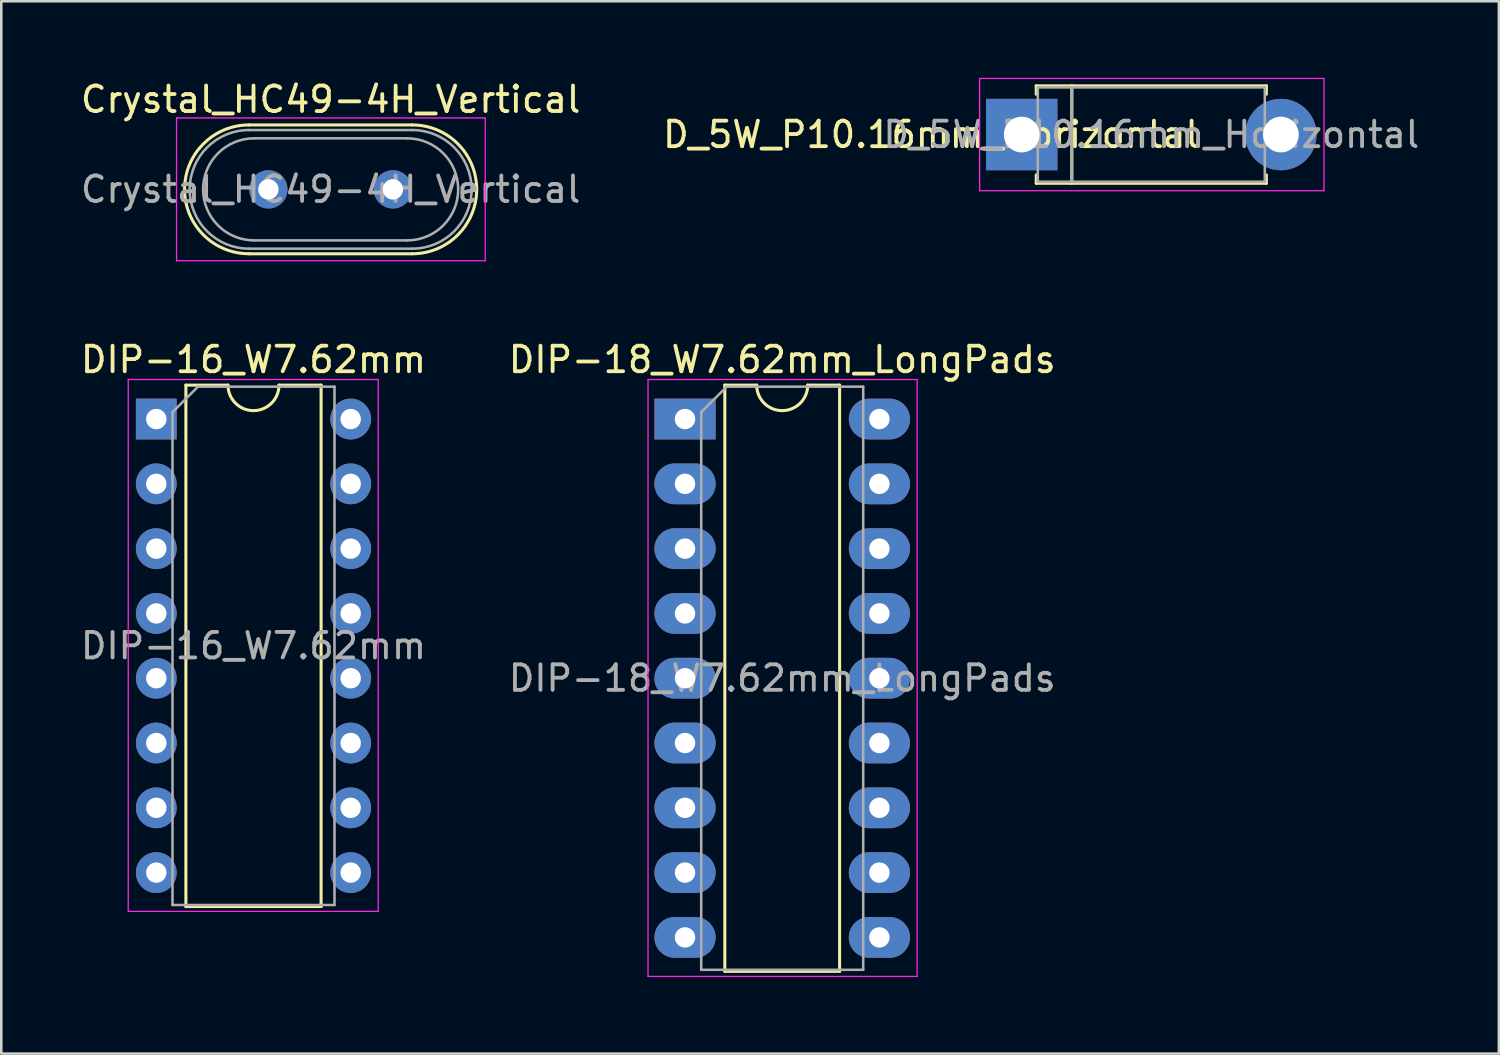
<source format=kicad_pcb>
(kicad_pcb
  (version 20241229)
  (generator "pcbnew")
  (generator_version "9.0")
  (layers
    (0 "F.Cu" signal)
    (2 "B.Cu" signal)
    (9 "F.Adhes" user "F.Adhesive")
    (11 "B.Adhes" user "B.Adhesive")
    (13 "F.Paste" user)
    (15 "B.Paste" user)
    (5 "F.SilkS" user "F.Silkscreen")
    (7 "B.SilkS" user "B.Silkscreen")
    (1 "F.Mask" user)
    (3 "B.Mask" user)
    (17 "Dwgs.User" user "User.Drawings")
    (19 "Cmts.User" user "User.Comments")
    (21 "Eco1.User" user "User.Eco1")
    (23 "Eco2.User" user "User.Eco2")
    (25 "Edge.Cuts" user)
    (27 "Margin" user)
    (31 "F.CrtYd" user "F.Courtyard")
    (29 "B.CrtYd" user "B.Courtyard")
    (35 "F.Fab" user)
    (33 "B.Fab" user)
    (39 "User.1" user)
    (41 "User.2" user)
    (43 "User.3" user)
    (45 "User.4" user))
  (footprint "D_5W_P10.16mm_Horizontal"
    (layer "F.Cu")
    (at 37.002 2.225)
    (property "Reference" "D_5W_P10.16mm_Horizontal" (at -3.556 0 0) (layer "F.SilkS") (effects (font (size 1 1) (thickness 0.15))))
    (attr through_hole)
    (fp_line (start 0.57 -1.91) (end 9.59 -1.91) (stroke (width 0.12) (type solid)) (layer "F.SilkS"))
    (fp_line (start 0.57 -1.58) (end 0.57 -1.91) (stroke (width 0.12) (type solid)) (layer "F.SilkS"))
    (fp_line (start 0.57 1.58) (end 0.57 1.91) (stroke (width 0.12) (type solid)) (layer "F.SilkS"))
    (fp_line (start 0.57 1.91) (end 9.59 1.91) (stroke (width 0.12) (type solid)) (layer "F.SilkS"))
    (fp_line (start 1.965 -1.91) (end 1.965 1.91) (stroke (width 0.12) (type solid)) (layer "F.SilkS"))
    (fp_line (start 9.59 -1.91) (end 9.59 -1.58) (stroke (width 0.12) (type solid)) (layer "F.SilkS"))
    (fp_line (start 9.59 1.91) (end 9.59 1.58) (stroke (width 0.12) (type solid)) (layer "F.SilkS"))
    (fp_line (start -1.65 -2.2) (end -1.65 2.2) (stroke (width 0.05) (type solid)) (layer "F.CrtYd"))
    (fp_line (start -1.65 2.2) (end 11.85 2.2) (stroke (width 0.05) (type solid)) (layer "F.CrtYd"))
    (fp_line (start 11.85 -2.2) (end -1.65 -2.2) (stroke (width 0.05) (type solid)) (layer "F.CrtYd"))
    (fp_line (start 11.85 2.2) (end 11.85 -2.2) (stroke (width 0.05) (type solid)) (layer "F.CrtYd"))
    (fp_line (start 0 0) (end 0.63 0) (stroke (width 0.1) (type solid)) (layer "F.Fab"))
    (fp_line (start 0.63 -1.85) (end 0.63 1.85) (stroke (width 0.1) (type solid)) (layer "F.Fab"))
    (fp_line (start 0.63 1.85) (end 9.53 1.85) (stroke (width 0.1) (type solid)) (layer "F.Fab"))
    (fp_line (start 1.965 -1.85) (end 1.965 1.85) (stroke (width 0.1) (type solid)) (layer "F.Fab"))
    (fp_line (start 9.53 -1.85) (end 0.63 -1.85) (stroke (width 0.1) (type solid)) (layer "F.Fab"))
    (fp_line (start 9.53 1.85) (end 9.53 -1.85) (stroke (width 0.1) (type solid)) (layer "F.Fab"))
    (fp_line (start 10.16 0) (end 9.53 0) (stroke (width 0.1) (type solid)) (layer "F.Fab"))
    (fp_text user "${REFERENCE}" (at 5.08 0 0) (layer "F.Fab") (effects (font (size 1 1) (thickness 0.15))))
    (pad "1" thru_hole rect (at 0 0) (size 2.8 2.8) (drill 1.4) (layers "*.Cu" "*.Mask"))
    (pad "2" thru_hole oval (at 10.16 0) (size 2.8 2.8) (drill 1.4) (layers "*.Cu" "*.Mask")))
  (footprint "DIP-18_W7.62mm_LongPads"
    (layer "F.Cu")
    (at 23.803 13.377)
    (property "Reference" "DIP-18_W7.62mm_LongPads" (at 3.81 -2.33 0) (layer "F.SilkS") (effects (font (size 1 1) (thickness 0.15))))
    (attr through_hole)
    (fp_line (start 1.56 -1.33) (end 1.56 21.65) (stroke (width 0.12) (type solid)) (layer "F.SilkS"))
    (fp_line (start 1.56 21.65) (end 6.06 21.65) (stroke (width 0.12) (type solid)) (layer "F.SilkS"))
    (fp_line (start 2.81 -1.33) (end 1.56 -1.33) (stroke (width 0.12) (type solid)) (layer "F.SilkS"))
    (fp_line (start 6.06 -1.33) (end 4.81 -1.33) (stroke (width 0.12) (type solid)) (layer "F.SilkS"))
    (fp_line (start 6.06 21.65) (end 6.06 -1.33) (stroke (width 0.12) (type solid)) (layer "F.SilkS"))
    (fp_arc (start 4.81 -1.33) (mid 3.81 -0.33) (end 2.81 -1.33) (stroke (width 0.12) (type solid)) (layer "F.SilkS"))
    (fp_line (start -1.45 -1.55) (end -1.45 21.85) (stroke (width 0.05) (type solid)) (layer "F.CrtYd"))
    (fp_line (start -1.45 21.85) (end 9.1 21.85) (stroke (width 0.05) (type solid)) (layer "F.CrtYd"))
    (fp_line (start 9.1 -1.55) (end -1.45 -1.55) (stroke (width 0.05) (type solid)) (layer "F.CrtYd"))
    (fp_line (start 9.1 21.85) (end 9.1 -1.55) (stroke (width 0.05) (type solid)) (layer "F.CrtYd"))
    (fp_line (start 0.635 -0.27) (end 1.635 -1.27) (stroke (width 0.1) (type solid)) (layer "F.Fab"))
    (fp_line (start 0.635 21.59) (end 0.635 -0.27) (stroke (width 0.1) (type solid)) (layer "F.Fab"))
    (fp_line (start 1.635 -1.27) (end 6.985 -1.27) (stroke (width 0.1) (type solid)) (layer "F.Fab"))
    (fp_line (start 6.985 -1.27) (end 6.985 21.59) (stroke (width 0.1) (type solid)) (layer "F.Fab"))
    (fp_line (start 6.985 21.59) (end 0.635 21.59) (stroke (width 0.1) (type solid)) (layer "F.Fab"))
    (fp_text user "${REFERENCE}" (at 3.81 10.16 0) (layer "F.Fab") (effects (font (size 1 1) (thickness 0.15))))
    (pad "1" thru_hole rect (at 0 0) (size 2.4 1.6) (drill 0.8) (layers "*.Cu" "*.Mask"))
    (pad "2" thru_hole oval (at 0 2.54) (size 2.4 1.6) (drill 0.8) (layers "*.Cu" "*.Mask"))
    (pad "3" thru_hole oval (at 0 5.08) (size 2.4 1.6) (drill 0.8) (layers "*.Cu" "*.Mask"))
    (pad "4" thru_hole oval (at 0 7.62) (size 2.4 1.6) (drill 0.8) (layers "*.Cu" "*.Mask"))
    (pad "5" thru_hole oval (at 0 10.16) (size 2.4 1.6) (drill 0.8) (layers "*.Cu" "*.Mask"))
    (pad "6" thru_hole oval (at 0 12.7) (size 2.4 1.6) (drill 0.8) (layers "*.Cu" "*.Mask"))
    (pad "7" thru_hole oval (at 0 15.24) (size 2.4 1.6) (drill 0.8) (layers "*.Cu" "*.Mask"))
    (pad "8" thru_hole oval (at 0 17.78) (size 2.4 1.6) (drill 0.8) (layers "*.Cu" "*.Mask"))
    (pad "9" thru_hole oval (at 0 20.32) (size 2.4 1.6) (drill 0.8) (layers "*.Cu" "*.Mask"))
    (pad "10" thru_hole oval (at 7.62 20.32) (size 2.4 1.6) (drill 0.8) (layers "*.Cu" "*.Mask"))
    (pad "11" thru_hole oval (at 7.62 17.78) (size 2.4 1.6) (drill 0.8) (layers "*.Cu" "*.Mask"))
    (pad "12" thru_hole oval (at 7.62 15.24) (size 2.4 1.6) (drill 0.8) (layers "*.Cu" "*.Mask"))
    (pad "13" thru_hole oval (at 7.62 12.7) (size 2.4 1.6) (drill 0.8) (layers "*.Cu" "*.Mask"))
    (pad "14" thru_hole oval (at 7.62 10.16) (size 2.4 1.6) (drill 0.8) (layers "*.Cu" "*.Mask"))
    (pad "15" thru_hole oval (at 7.62 7.62) (size 2.4 1.6) (drill 0.8) (layers "*.Cu" "*.Mask"))
    (pad "16" thru_hole oval (at 7.62 5.08) (size 2.4 1.6) (drill 0.8) (layers "*.Cu" "*.Mask"))
    (pad "17" thru_hole oval (at 7.62 2.54) (size 2.4 1.6) (drill 0.8) (layers "*.Cu" "*.Mask"))
    (pad "18" thru_hole oval (at 7.62 0) (size 2.4 1.6) (drill 0.8) (layers "*.Cu" "*.Mask")))
  (footprint "Crystal_HC49-4H_Vertical"
    (layer "F.Cu")
    (at 7.471 4.373)
    (property "Reference" "Crystal_HC49-4H_Vertical" (at 2.44 -3.525 0) (layer "F.SilkS") (effects (font (size 1 1) (thickness 0.15))))
    (attr through_hole)
    (fp_line (start -0.76 -2.525) (end 5.64 -2.525) (stroke (width 0.12) (type solid)) (layer "F.SilkS"))
    (fp_line (start -0.76 2.525) (end 5.64 2.525) (stroke (width 0.12) (type solid)) (layer "F.SilkS"))
    (fp_arc (start -0.76 2.525) (mid -3.285 0) (end -0.76 -2.525) (stroke (width 0.12) (type solid)) (layer "F.SilkS"))
    (fp_arc (start 5.64 -2.525) (mid 8.165 0) (end 5.64 2.525) (stroke (width 0.12) (type solid)) (layer "F.SilkS"))
    (fp_line (start -3.6 -2.8) (end -3.6 2.8) (stroke (width 0.05) (type solid)) (layer "F.CrtYd"))
    (fp_line (start -3.6 2.8) (end 8.5 2.8) (stroke (width 0.05) (type solid)) (layer "F.CrtYd"))
    (fp_line (start 8.5 -2.8) (end -3.6 -2.8) (stroke (width 0.05) (type solid)) (layer "F.CrtYd"))
    (fp_line (start 8.5 2.8) (end 8.5 -2.8) (stroke (width 0.05) (type solid)) (layer "F.CrtYd"))
    (fp_line (start -0.76 -2.325) (end 5.64 -2.325) (stroke (width 0.1) (type solid)) (layer "F.Fab"))
    (fp_line (start -0.76 2.325) (end 5.64 2.325) (stroke (width 0.1) (type solid)) (layer "F.Fab"))
    (fp_line (start -0.56 -2) (end 5.44 -2) (stroke (width 0.1) (type solid)) (layer "F.Fab"))
    (fp_line (start -0.56 2) (end 5.44 2) (stroke (width 0.1) (type solid)) (layer "F.Fab"))
    (fp_arc (start -0.76 2.325) (mid -3.085 0) (end -0.76 -2.325) (stroke (width 0.1) (type solid)) (layer "F.Fab"))
    (fp_arc (start -0.56 2) (mid -2.56 0) (end -0.56 -2) (stroke (width 0.1) (type solid)) (layer "F.Fab"))
    (fp_arc (start 5.44 -2) (mid 7.44 0) (end 5.44 2) (stroke (width 0.1) (type solid)) (layer "F.Fab"))
    (fp_arc (start 5.64 -2.325) (mid 7.965 0) (end 5.64 2.325) (stroke (width 0.1) (type solid)) (layer "F.Fab"))
    (fp_text user "${REFERENCE}" (at 2.44 0 0) (layer "F.Fab") (effects (font (size 1 1) (thickness 0.15))))
    (pad "1" thru_hole circle (at 0 0) (size 1.5 1.5) (drill 0.8) (layers "*.Cu" "*.Mask"))
    (pad "2" thru_hole circle (at 4.88 0) (size 1.5 1.5) (drill 0.8) (layers "*.Cu" "*.Mask")))
  (footprint "DIP-16_W7.62mm"
    (layer "F.Cu")
    (at 3.077 13.377)
    (property "Reference" "DIP-16_W7.62mm" (at 3.81 -2.33 0) (layer "F.SilkS") (effects (font (size 1 1) (thickness 0.15))))
    (attr through_hole)
    (fp_line (start 1.16 -1.33) (end 1.16 19.11) (stroke (width 0.12) (type solid)) (layer "F.SilkS"))
    (fp_line (start 1.16 19.11) (end 6.46 19.11) (stroke (width 0.12) (type solid)) (layer "F.SilkS"))
    (fp_line (start 2.81 -1.33) (end 1.16 -1.33) (stroke (width 0.12) (type solid)) (layer "F.SilkS"))
    (fp_line (start 6.46 -1.33) (end 4.81 -1.33) (stroke (width 0.12) (type solid)) (layer "F.SilkS"))
    (fp_line (start 6.46 19.11) (end 6.46 -1.33) (stroke (width 0.12) (type solid)) (layer "F.SilkS"))
    (fp_arc (start 4.81 -1.33) (mid 3.81 -0.33) (end 2.81 -1.33) (stroke (width 0.12) (type solid)) (layer "F.SilkS"))
    (fp_line (start -1.1 -1.55) (end -1.1 19.3) (stroke (width 0.05) (type solid)) (layer "F.CrtYd"))
    (fp_line (start -1.1 19.3) (end 8.7 19.3) (stroke (width 0.05) (type solid)) (layer "F.CrtYd"))
    (fp_line (start 8.7 -1.55) (end -1.1 -1.55) (stroke (width 0.05) (type solid)) (layer "F.CrtYd"))
    (fp_line (start 8.7 19.3) (end 8.7 -1.55) (stroke (width 0.05) (type solid)) (layer "F.CrtYd"))
    (fp_line (start 0.635 -0.27) (end 1.635 -1.27) (stroke (width 0.1) (type solid)) (layer "F.Fab"))
    (fp_line (start 0.635 19.05) (end 0.635 -0.27) (stroke (width 0.1) (type solid)) (layer "F.Fab"))
    (fp_line (start 1.635 -1.27) (end 6.985 -1.27) (stroke (width 0.1) (type solid)) (layer "F.Fab"))
    (fp_line (start 6.985 -1.27) (end 6.985 19.05) (stroke (width 0.1) (type solid)) (layer "F.Fab"))
    (fp_line (start 6.985 19.05) (end 0.635 19.05) (stroke (width 0.1) (type solid)) (layer "F.Fab"))
    (fp_text user "${REFERENCE}" (at 3.81 8.89 0) (layer "F.Fab") (effects (font (size 1 1) (thickness 0.15))))
    (pad "1" thru_hole rect (at 0 0) (size 1.6 1.6) (drill 0.8) (layers "*.Cu" "*.Mask"))
    (pad "2" thru_hole oval (at 0 2.54) (size 1.6 1.6) (drill 0.8) (layers "*.Cu" "*.Mask"))
    (pad "3" thru_hole oval (at 0 5.08) (size 1.6 1.6) (drill 0.8) (layers "*.Cu" "*.Mask"))
    (pad "4" thru_hole oval (at 0 7.62) (size 1.6 1.6) (drill 0.8) (layers "*.Cu" "*.Mask"))
    (pad "5" thru_hole oval (at 0 10.16) (size 1.6 1.6) (drill 0.8) (layers "*.Cu" "*.Mask"))
    (pad "6" thru_hole oval (at 0 12.7) (size 1.6 1.6) (drill 0.8) (layers "*.Cu" "*.Mask"))
    (pad "7" thru_hole oval (at 0 15.24) (size 1.6 1.6) (drill 0.8) (layers "*.Cu" "*.Mask"))
    (pad "8" thru_hole oval (at 0 17.78) (size 1.6 1.6) (drill 0.8) (layers "*.Cu" "*.Mask"))
    (pad "9" thru_hole oval (at 7.62 17.78) (size 1.6 1.6) (drill 0.8) (layers "*.Cu" "*.Mask"))
    (pad "10" thru_hole oval (at 7.62 15.24) (size 1.6 1.6) (drill 0.8) (layers "*.Cu" "*.Mask"))
    (pad "11" thru_hole oval (at 7.62 12.7) (size 1.6 1.6) (drill 0.8) (layers "*.Cu" "*.Mask"))
    (pad "12" thru_hole oval (at 7.62 10.16) (size 1.6 1.6) (drill 0.8) (layers "*.Cu" "*.Mask"))
    (pad "13" thru_hole oval (at 7.62 7.62) (size 1.6 1.6) (drill 0.8) (layers "*.Cu" "*.Mask"))
    (pad "14" thru_hole oval (at 7.62 5.08) (size 1.6 1.6) (drill 0.8) (layers "*.Cu" "*.Mask"))
    (pad "15" thru_hole oval (at 7.62 2.54) (size 1.6 1.6) (drill 0.8) (layers "*.Cu" "*.Mask"))
    (pad "16" thru_hole oval (at 7.62 0) (size 1.6 1.6) (drill 0.8) (layers "*.Cu" "*.Mask")))
  (gr_rect
    (start -3 -3)
    (end 55.707 38.252)
    (stroke (width 0.1) (type default))
    (fill no)
    (layer "Edge.Cuts")))
</source>
